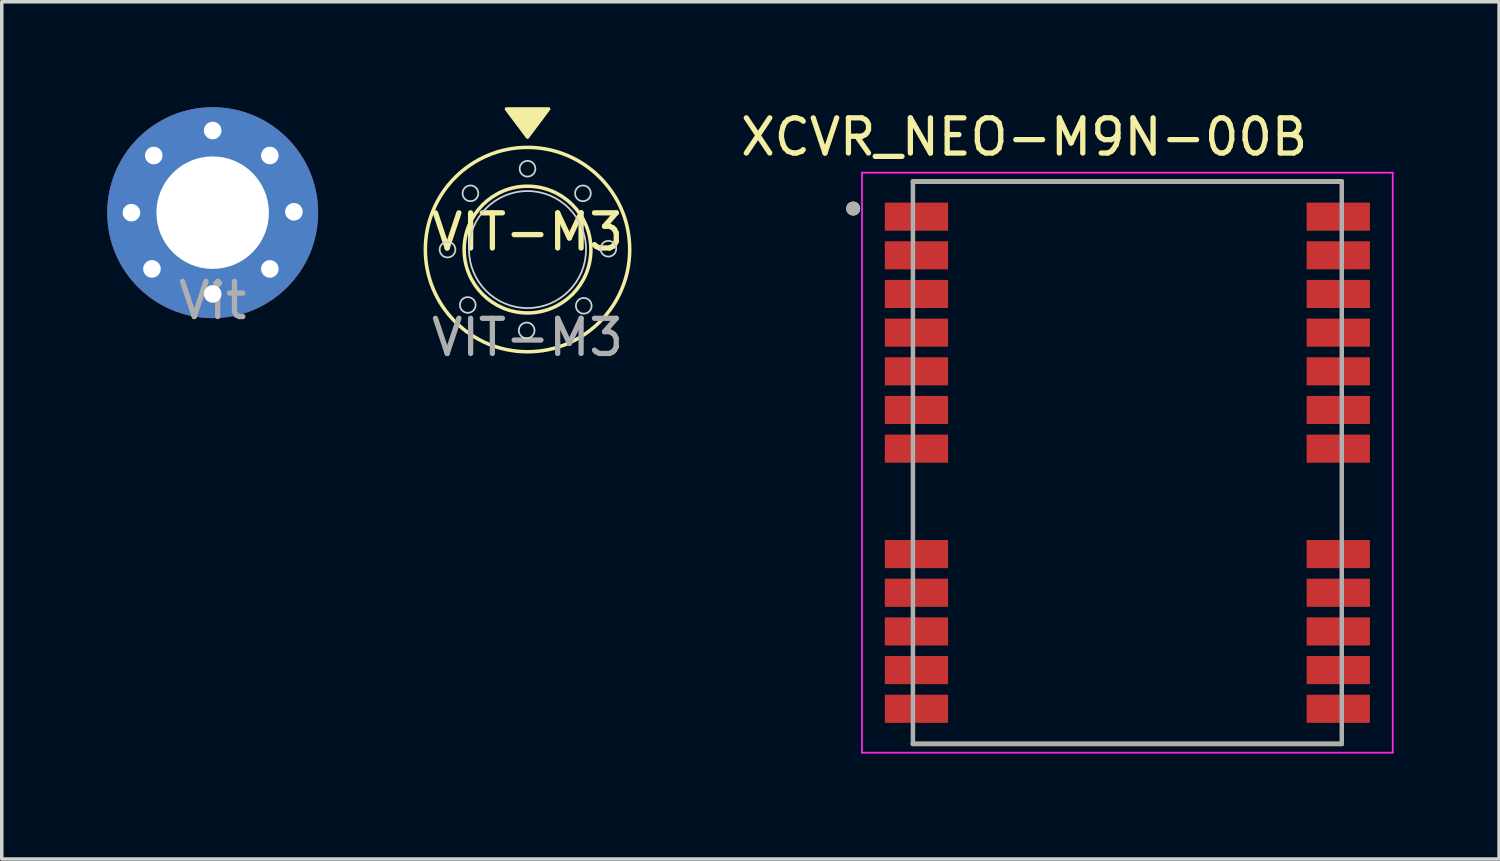
<source format=kicad_pcb>
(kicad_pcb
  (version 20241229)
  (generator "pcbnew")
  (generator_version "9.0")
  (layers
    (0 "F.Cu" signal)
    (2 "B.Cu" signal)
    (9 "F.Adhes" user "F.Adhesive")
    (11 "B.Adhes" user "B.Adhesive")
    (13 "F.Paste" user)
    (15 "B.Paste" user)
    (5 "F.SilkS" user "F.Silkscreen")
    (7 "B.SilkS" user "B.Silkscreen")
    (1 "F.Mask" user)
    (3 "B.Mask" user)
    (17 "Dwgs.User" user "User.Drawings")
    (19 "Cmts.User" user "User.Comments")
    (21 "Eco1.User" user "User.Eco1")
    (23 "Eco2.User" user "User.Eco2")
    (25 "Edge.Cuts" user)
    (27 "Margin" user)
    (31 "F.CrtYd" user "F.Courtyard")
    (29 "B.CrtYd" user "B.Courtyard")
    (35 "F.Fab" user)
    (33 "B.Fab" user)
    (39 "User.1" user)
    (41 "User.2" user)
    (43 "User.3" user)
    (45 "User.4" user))
  (footprint "VIT-M3"
    (layer "F.Cu")
    (at 11.957 4.05)
    (property "Reference" "VIT-M3" (at 0 -0.5 0) (unlocked yes) (layer "F.SilkS") (effects (font (size 1 1) (thickness 0.15))))
    (attr through_hole)
    (fp_circle (center 0 0) (end 1.5 -1) (stroke (width 0.1) (type default)) (fill no) (layer "F.SilkS"))
    (fp_circle (center 0 0) (end 2.2 -1.9) (stroke (width 0.1) (type default)) (fill no) (layer "F.SilkS"))
    (fp_poly (pts (xy -0.6 -4) (xy 0.6 -4) (xy 0 -3.2)) (stroke (width 0.1) (type solid)) (fill yes) (layer "F.SilkS"))
    (fp_circle (center -2.276 0) (end -2.076 -0.1) (stroke (width 0.05) (type default)) (fill no) (layer "Edge.Cuts"))
    (fp_circle (center -1.7 1.576) (end -1.5 1.476) (stroke (width 0.05) (type default)) (fill no) (layer "Edge.Cuts"))
    (fp_circle (center -1.624 -1.6) (end -1.424 -1.7) (stroke (width 0.05) (type default)) (fill no) (layer "Edge.Cuts"))
    (fp_circle (center -0.024 2.3) (end 0.176 2.2) (stroke (width 0.05) (type default)) (fill no) (layer "Edge.Cuts"))
    (fp_circle (center 0 -2.3) (end 0.2 -2.4) (stroke (width 0.05) (type default)) (fill no) (layer "Edge.Cuts"))
    (fp_circle (center 0 0) (end 0.9 -1.4) (stroke (width 0.05) (type default)) (fill no) (layer "Edge.Cuts"))
    (fp_circle (center 1.576 -1.6) (end 1.776 -1.7) (stroke (width 0.05) (type default)) (fill no) (layer "Edge.Cuts"))
    (fp_circle (center 1.6 1.6) (end 1.8 1.5) (stroke (width 0.05) (type default)) (fill no) (layer "Edge.Cuts"))
    (fp_circle (center 2.3 -0.024) (end 2.5 -0.124) (stroke (width 0.05) (type default)) (fill no) (layer "Edge.Cuts"))
    (fp_text user "${REFERENCE}" (at 0 2.5 0) (unlocked yes) (layer "F.Fab") (effects (font (size 1 1) (thickness 0.15)))))
  (footprint "XCVR_NEO-M9N-00B"
    (layer "F.Cu")
    (at 29.021 10.113)
    (property "Reference" "XCVR_NEO-M9N-00B" (at -2.935 -9.265 0) (layer "F.SilkS") (effects (font (size 1 1) (thickness 0.15))))
    (attr smd)
    (fp_line (start -6.1 -8) (end 6.1 -8) (stroke (width 0.127) (type solid)) (layer "F.SilkS"))
    (fp_line (start 6.1 8) (end -6.1 8) (stroke (width 0.127) (type solid)) (layer "F.SilkS"))
    (fp_circle (center -7.8 -7.23) (end -7.7 -7.23) (stroke (width 0.2) (type solid)) (fill no) (layer "F.SilkS"))
    (fp_poly (pts (xy -7.3 -7.4) (xy -6.1 -7.4) (xy -6.1 -7.3) (xy -5.2 -7.3) (xy -5.2 -6.7) (xy -6.1 -6.7) (xy -6.1 -6.6) (xy -7.3 -6.6)) (stroke (width 0.01) (type solid)) (fill yes) (layer "F.Paste"))
    (fp_poly (pts (xy -7.3 -6.3) (xy -6.1 -6.3) (xy -6.1 -6.2) (xy -5.2 -6.2) (xy -5.2 -5.6) (xy -6.1 -5.6) (xy -6.1 -5.5) (xy -7.3 -5.5)) (stroke (width 0.01) (type solid)) (fill yes) (layer "F.Paste"))
    (fp_poly (pts (xy -7.3 -5.2) (xy -6.1 -5.2) (xy -6.1 -5.1) (xy -5.2 -5.1) (xy -5.2 -4.5) (xy -6.1 -4.5) (xy -6.1 -4.4) (xy -7.3 -4.4)) (stroke (width 0.01) (type solid)) (fill yes) (layer "F.Paste"))
    (fp_poly (pts (xy -7.3 -4.1) (xy -6.1 -4.1) (xy -6.1 -4) (xy -5.2 -4) (xy -5.2 -3.4) (xy -6.1 -3.4) (xy -6.1 -3.3) (xy -7.3 -3.3)) (stroke (width 0.01) (type solid)) (fill yes) (layer "F.Paste"))
    (fp_poly (pts (xy -7.3 -3) (xy -6.1 -3) (xy -6.1 -2.9) (xy -5.2 -2.9) (xy -5.2 -2.3) (xy -6.1 -2.3) (xy -6.1 -2.2) (xy -7.3 -2.2)) (stroke (width 0.01) (type solid)) (fill yes) (layer "F.Paste"))
    (fp_poly (pts (xy -7.3 -1.9) (xy -6.1 -1.9) (xy -6.1 -1.8) (xy -5.2 -1.8) (xy -5.2 -1.2) (xy -6.1 -1.2) (xy -6.1 -1.1) (xy -7.3 -1.1)) (stroke (width 0.01) (type solid)) (fill yes) (layer "F.Paste"))
    (fp_poly (pts (xy -7.3 -0.8) (xy -6.1 -0.8) (xy -6.1 -0.7) (xy -5.2 -0.7) (xy -5.2 -0.1) (xy -6.1 -0.1) (xy -6.1 0) (xy -7.3 0)) (stroke (width 0.01) (type solid)) (fill yes) (layer "F.Paste"))
    (fp_poly (pts (xy -7.3 2.2) (xy -6.1 2.2) (xy -6.1 2.3) (xy -5.2 2.3) (xy -5.2 2.9) (xy -6.1 2.9) (xy -6.1 3) (xy -7.3 3)) (stroke (width 0.01) (type solid)) (fill yes) (layer "F.Paste"))
    (fp_poly (pts (xy -7.3 3.3) (xy -6.1 3.3) (xy -6.1 3.4) (xy -5.2 3.4) (xy -5.2 4) (xy -6.1 4) (xy -6.1 4.1) (xy -7.3 4.1)) (stroke (width 0.01) (type solid)) (fill yes) (layer "F.Paste"))
    (fp_poly (pts (xy -7.3 4.4) (xy -6.1 4.4) (xy -6.1 4.5) (xy -5.2 4.5) (xy -5.2 5.1) (xy -6.1 5.1) (xy -6.1 5.2) (xy -7.3 5.2)) (stroke (width 0.01) (type solid)) (fill yes) (layer "F.Paste"))
    (fp_poly (pts (xy -7.3 5.5) (xy -6.1 5.5) (xy -6.1 5.6) (xy -5.2 5.6) (xy -5.2 6.2) (xy -6.1 6.2) (xy -6.1 6.3) (xy -7.3 6.3)) (stroke (width 0.01) (type solid)) (fill yes) (layer "F.Paste"))
    (fp_poly (pts (xy -7.3 6.6) (xy -6.1 6.6) (xy -6.1 6.7) (xy -5.2 6.7) (xy -5.2 7.3) (xy -6.1 7.3) (xy -6.1 7.4) (xy -7.3 7.4)) (stroke (width 0.01) (type solid)) (fill yes) (layer "F.Paste"))
    (fp_poly (pts (xy 5.2 -7.3) (xy 6.1 -7.3) (xy 6.1 -7.4) (xy 7.3 -7.4) (xy 7.3 -6.6) (xy 6.1 -6.6) (xy 6.1 -6.7) (xy 5.2 -6.7)) (stroke (width 0.01) (type solid)) (fill yes) (layer "F.Paste"))
    (fp_poly (pts (xy 5.2 -6.2) (xy 6.1 -6.2) (xy 6.1 -6.3) (xy 7.3 -6.3) (xy 7.3 -5.5) (xy 6.1 -5.5) (xy 6.1 -5.6) (xy 5.2 -5.6)) (stroke (width 0.01) (type solid)) (fill yes) (layer "F.Paste"))
    (fp_poly (pts (xy 5.2 -5.1) (xy 6.1 -5.1) (xy 6.1 -5.2) (xy 7.3 -5.2) (xy 7.3 -4.4) (xy 6.1 -4.4) (xy 6.1 -4.5) (xy 5.2 -4.5)) (stroke (width 0.01) (type solid)) (fill yes) (layer "F.Paste"))
    (fp_poly (pts (xy 5.2 -4) (xy 6.1 -4) (xy 6.1 -4.1) (xy 7.3 -4.1) (xy 7.3 -3.3) (xy 6.1 -3.3) (xy 6.1 -3.4) (xy 5.2 -3.4)) (stroke (width 0.01) (type solid)) (fill yes) (layer "F.Paste"))
    (fp_poly (pts (xy 5.2 -2.9) (xy 6.1 -2.9) (xy 6.1 -3) (xy 7.3 -3) (xy 7.3 -2.2) (xy 6.1 -2.2) (xy 6.1 -2.3) (xy 5.2 -2.3)) (stroke (width 0.01) (type solid)) (fill yes) (layer "F.Paste"))
    (fp_poly (pts (xy 5.2 -1.8) (xy 6.1 -1.8) (xy 6.1 -1.9) (xy 7.3 -1.9) (xy 7.3 -1.1) (xy 6.1 -1.1) (xy 6.1 -1.2) (xy 5.2 -1.2)) (stroke (width 0.01) (type solid)) (fill yes) (layer "F.Paste"))
    (fp_poly (pts (xy 5.2 -0.7) (xy 6.1 -0.7) (xy 6.1 -0.8) (xy 7.3 -0.8) (xy 7.3 0) (xy 6.1 0) (xy 6.1 -0.1) (xy 5.2 -0.1)) (stroke (width 0.01) (type solid)) (fill yes) (layer "F.Paste"))
    (fp_poly (pts (xy 5.2 2.3) (xy 6.1 2.3) (xy 6.1 2.2) (xy 7.3 2.2) (xy 7.3 3) (xy 6.1 3) (xy 6.1 2.9) (xy 5.2 2.9)) (stroke (width 0.01) (type solid)) (fill yes) (layer "F.Paste"))
    (fp_poly (pts (xy 5.2 3.4) (xy 6.1 3.4) (xy 6.1 3.3) (xy 7.3 3.3) (xy 7.3 4.1) (xy 6.1 4.1) (xy 6.1 4) (xy 5.2 4)) (stroke (width 0.01) (type solid)) (fill yes) (layer "F.Paste"))
    (fp_poly (pts (xy 5.2 4.5) (xy 6.1 4.5) (xy 6.1 4.4) (xy 7.3 4.4) (xy 7.3 5.2) (xy 6.1 5.2) (xy 6.1 5.1) (xy 5.2 5.1)) (stroke (width 0.01) (type solid)) (fill yes) (layer "F.Paste"))
    (fp_poly (pts (xy 5.2 5.6) (xy 6.1 5.6) (xy 6.1 5.5) (xy 7.3 5.5) (xy 7.3 6.3) (xy 6.1 6.3) (xy 6.1 6.2) (xy 5.2 6.2)) (stroke (width 0.01) (type solid)) (fill yes) (layer "F.Paste"))
    (fp_poly (pts (xy 5.2 6.7) (xy 6.1 6.7) (xy 6.1 6.6) (xy 7.3 6.6) (xy 7.3 7.4) (xy 6.1 7.4) (xy 6.1 7.3) (xy 5.2 7.3)) (stroke (width 0.01) (type solid)) (fill yes) (layer "F.Paste"))
    (fp_line (start -7.55 -8.25) (end 7.55 -8.25) (stroke (width 0.05) (type solid)) (layer "F.CrtYd"))
    (fp_line (start -7.55 8.25) (end -7.55 -8.25) (stroke (width 0.05) (type solid)) (layer "F.CrtYd"))
    (fp_line (start 7.55 -8.25) (end 7.55 8.25) (stroke (width 0.05) (type solid)) (layer "F.CrtYd"))
    (fp_line (start 7.55 8.25) (end -7.55 8.25) (stroke (width 0.05) (type solid)) (layer "F.CrtYd"))
    (fp_line (start -6.1 -8) (end -6.1 8) (stroke (width 0.127) (type solid)) (layer "F.Fab"))
    (fp_line (start 6.1 -8) (end -6.1 -8) (stroke (width 0.127) (type solid)) (layer "F.Fab"))
    (fp_line (start 6.1 8) (end -6.1 8) (stroke (width 0.127) (type solid)) (layer "F.Fab"))
    (fp_line (start 6.1 8) (end 6.1 -8) (stroke (width 0.127) (type solid)) (layer "F.Fab"))
    (fp_circle (center -7.8 -7.23) (end -7.7 -7.23) (stroke (width 0.2) (type solid)) (fill no) (layer "F.Fab"))
    (pad "1" smd rect (at -6 -7) (size 1.8 0.8) (layers "F.Cu" "F.Mask"))
    (pad "2" smd rect (at -6 -5.9) (size 1.8 0.8) (layers "F.Cu" "F.Mask"))
    (pad "3" smd rect (at -6 -4.8) (size 1.8 0.8) (layers "F.Cu" "F.Mask"))
    (pad "4" smd rect (at -6 -3.7) (size 1.8 0.8) (layers "F.Cu" "F.Mask"))
    (pad "5" smd rect (at -6 -2.6) (size 1.8 0.8) (layers "F.Cu" "F.Mask"))
    (pad "6" smd rect (at -6 -1.5) (size 1.8 0.8) (layers "F.Cu" "F.Mask"))
    (pad "7" smd rect (at -6 -0.4) (size 1.8 0.8) (layers "F.Cu" "F.Mask"))
    (pad "8" smd rect (at -6 2.6) (size 1.8 0.8) (layers "F.Cu" "F.Mask"))
    (pad "9" smd rect (at -6 3.7) (size 1.8 0.8) (layers "F.Cu" "F.Mask"))
    (pad "10" smd rect (at -6 4.8) (size 1.8 0.8) (layers "F.Cu" "F.Mask"))
    (pad "11" smd rect (at -6 5.9) (size 1.8 0.8) (layers "F.Cu" "F.Mask"))
    (pad "12" smd rect (at -6 7) (size 1.8 0.8) (layers "F.Cu" "F.Mask"))
    (pad "13" smd rect (at 6 7) (size 1.8 0.8) (layers "F.Cu" "F.Mask"))
    (pad "14" smd rect (at 6 5.9) (size 1.8 0.8) (layers "F.Cu" "F.Mask"))
    (pad "15" smd rect (at 6 4.8) (size 1.8 0.8) (layers "F.Cu" "F.Mask"))
    (pad "16" smd rect (at 6 3.7) (size 1.8 0.8) (layers "F.Cu" "F.Mask"))
    (pad "17" smd rect (at 6 2.6) (size 1.8 0.8) (layers "F.Cu" "F.Mask"))
    (pad "18" smd rect (at 6 -0.4) (size 1.8 0.8) (layers "F.Cu" "F.Mask"))
    (pad "19" smd rect (at 6 -1.5) (size 1.8 0.8) (layers "F.Cu" "F.Mask"))
    (pad "20" smd rect (at 6 -2.6) (size 1.8 0.8) (layers "F.Cu" "F.Mask"))
    (pad "21" smd rect (at 6 -3.7) (size 1.8 0.8) (layers "F.Cu" "F.Mask"))
    (pad "22" smd rect (at 6 -4.8) (size 1.8 0.8) (layers "F.Cu" "F.Mask"))
    (pad "23" smd rect (at 6 -5.9) (size 1.8 0.8) (layers "F.Cu" "F.Mask"))
    (pad "24" smd rect (at 6 -7) (size 1.8 0.8) (layers "F.Cu" "F.Mask")))
  (footprint "Vit"
    (layer "F.Cu")
    (at 3 3)
    (property "Reference" "Vit" (at 0 -0.5 0) (unlocked yes) (layer "F.SilkS") (effects (font (size 1 1) (thickness 0.15))))
    (attr through_hole)
    (fp_text user "${REFERENCE}" (at 0 2.5 0) (unlocked yes) (layer "F.Fab") (effects (font (size 1 1) (thickness 0.15))))
    (pad "" thru_hole circle (at -2.311 0) (size 1 1) (drill 0.5) (layers "*.Cu" "*.Mask"))
    (pad "" thru_hole circle (at -1.727 1.6) (size 1 1) (drill 0.5) (layers "*.Cu" "*.Mask"))
    (pad "" thru_hole circle (at -1.676 -1.626) (size 1 1) (drill 0.5) (layers "*.Cu" "*.Mask"))
    (pad "" thru_hole circle (at 0 -2.337) (size 1 1) (drill 0.5) (layers "*.Cu" "*.Mask"))
    (pad "" thru_hole circle (at 0 2.311) (size 1 1) (drill 0.5) (layers "*.Cu" "*.Mask"))
    (pad "" thru_hole circle (at 1.626 -1.626) (size 1 1) (drill 0.5) (layers "*.Cu" "*.Mask"))
    (pad "" thru_hole circle (at 1.626 1.6) (size 1 1) (drill 0.5) (layers "*.Cu" "*.Mask"))
    (pad "" thru_hole circle (at 2.311 -0.025) (size 1 1) (drill 0.5) (layers "*.Cu" "*.Mask"))
    (pad "1" thru_hole circle (at 0 0) (size 6 6) (drill 3.2) (layers "*.Cu" "*.Mask")))
  (gr_rect
    (start -3 -3)
    (end 39.596 21.388)
    (stroke (width 0.1) (type default))
    (fill no)
    (layer "Edge.Cuts")))
</source>
